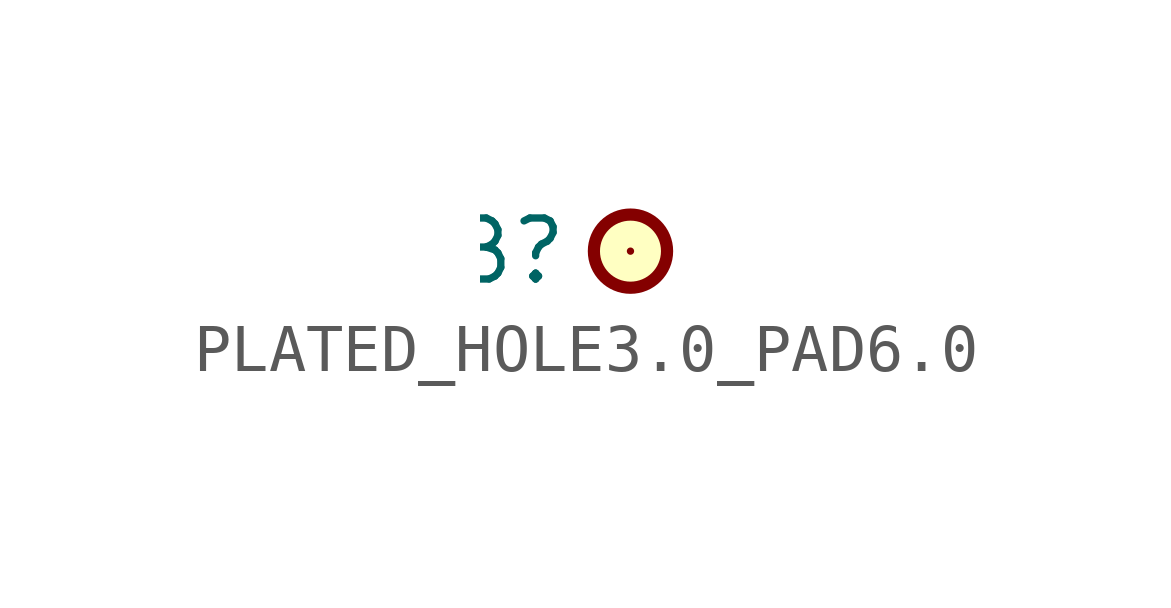
<source format=kicad_sym>
(kicad_symbol_lib
  (version 20211014)
  (generator kicad_symbol_editor)
  (symbol "PLATED_HOLE3.0_PAD6.0"
    (pin_names
      (offset 1.27))
    (property "Reference" "B"
      (at -1.27 0 0)
      (effects (font (size 1.27 1.27)) (justify right)))
    (property "ki_locked" ""
      (at 0 0 0)
      (effects (font (size 1.27 1.27))))
    (symbol "PLATED_HOLE3.0_PAD6.0_0_1"
      (circle (center 0 0) (radius 0.762) (stroke (width 0.254) (type default) (color 0 0 0 0)) (fill (type background)))
      (pin passive line (at 0 0 180) (length 0) (name "1" (effects (font (size 0 0)))) (number "1" (effects (font (size 0 0))))))))
</source>
